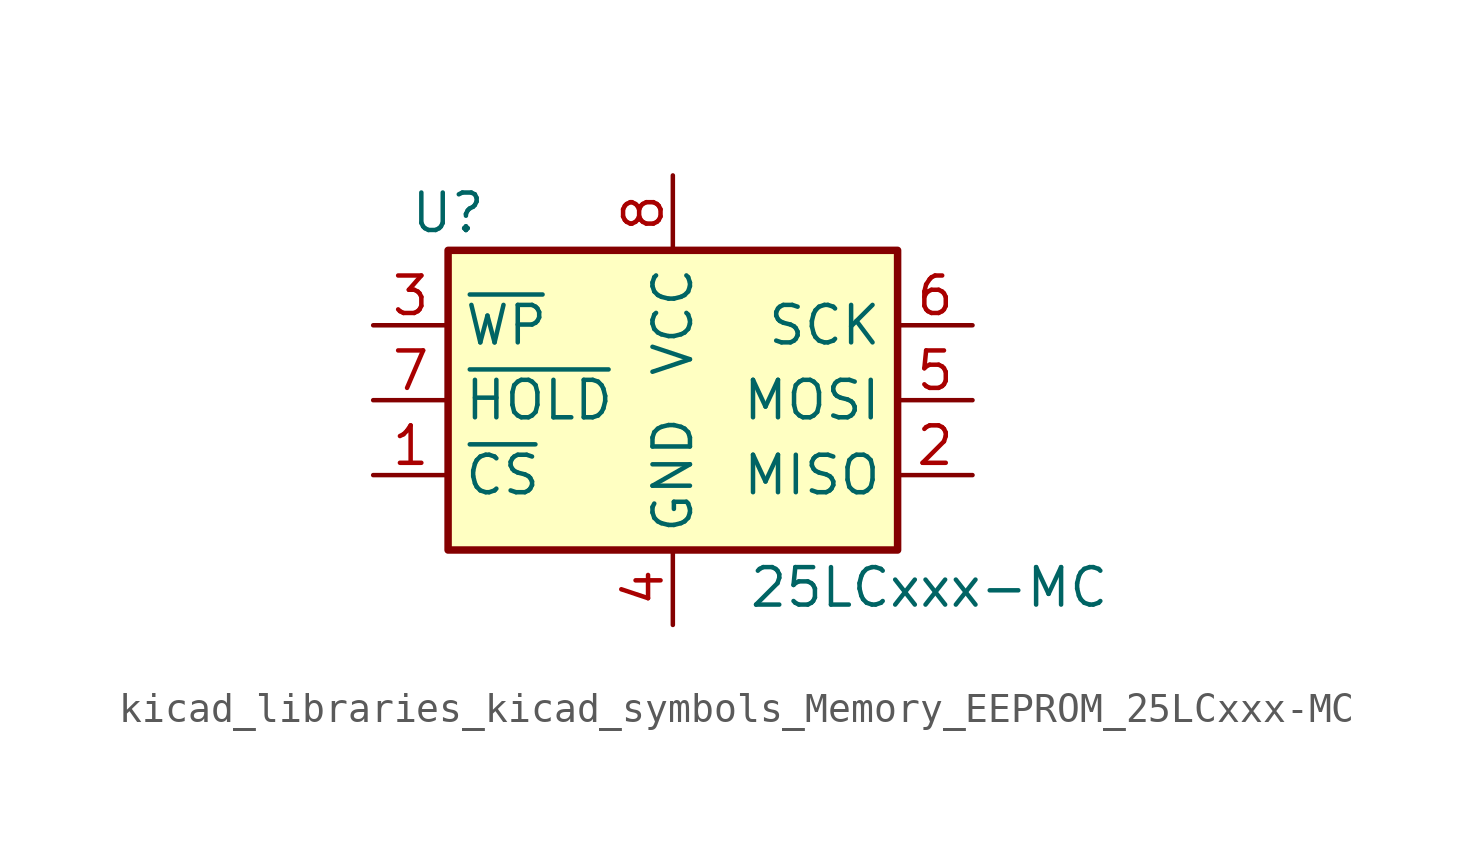
<source format=kicad_sym>
(kicad_symbol_lib
  (version 20220914)
  (generator kicad_symbol_editor)
  (symbol "kicad_libraries_kicad_symbols_Memory_EEPROM_25LCxxx-MC"
    (property "Reference" "U"
      (at -7.62 6.35 0)
      (effects (font (size 1.27 1.27))))
    (property "Value" "25LCxxx-MC"
      (at 2.54 -6.35 0)
      (effects (font (size 1.27 1.27)) (justify left)))
    (symbol "kicad_libraries_kicad_symbols_Memory_EEPROM_25LCxxx-MC_1_1"
      (rectangle (start -7.62 5.08) (end 7.62 -5.08) (stroke (width 0.254) (type default)) (fill (type background)))
      (pin input line (at -10.16 -2.54 0) (length 2.54) (name "~{CS}" (effects (font (size 1.27 1.27)))) (number "1" (effects (font (size 1.27 1.27)))))
      (pin tri_state line (at 10.16 -2.54 180) (length 2.54) (name "MISO" (effects (font (size 1.27 1.27)))) (number "2" (effects (font (size 1.27 1.27)))))
      (pin input line (at -10.16 2.54 0) (length 2.54) (name "~{WP}" (effects (font (size 1.27 1.27)))) (number "3" (effects (font (size 1.27 1.27)))))
      (pin power_in line (at 0 -7.62 90) (length 2.54) (name "GND" (effects (font (size 1.27 1.27)))) (number "4" (effects (font (size 1.27 1.27)))))
      (pin input line (at 10.16 0 180) (length 2.54) (name "MOSI" (effects (font (size 1.27 1.27)))) (number "5" (effects (font (size 1.27 1.27)))))
      (pin input line (at 10.16 2.54 180) (length 2.54) (name "SCK" (effects (font (size 1.27 1.27)))) (number "6" (effects (font (size 1.27 1.27)))))
      (pin input line (at -10.16 0 0) (length 2.54) (name "~{HOLD}" (effects (font (size 1.27 1.27)))) (number "7" (effects (font (size 1.27 1.27)))))
      (pin power_in line (at 0 7.62 270) (length 2.54) (name "VCC" (effects (font (size 1.27 1.27)))) (number "8" (effects (font (size 1.27 1.27)))))
      (pin passive line (at 0 -7.62 90) (length 2.54) hide (name "GND" (effects (font (size 1.27 1.27)))) (number "9" (effects (font (size 1.27 1.27))))))))
</source>
